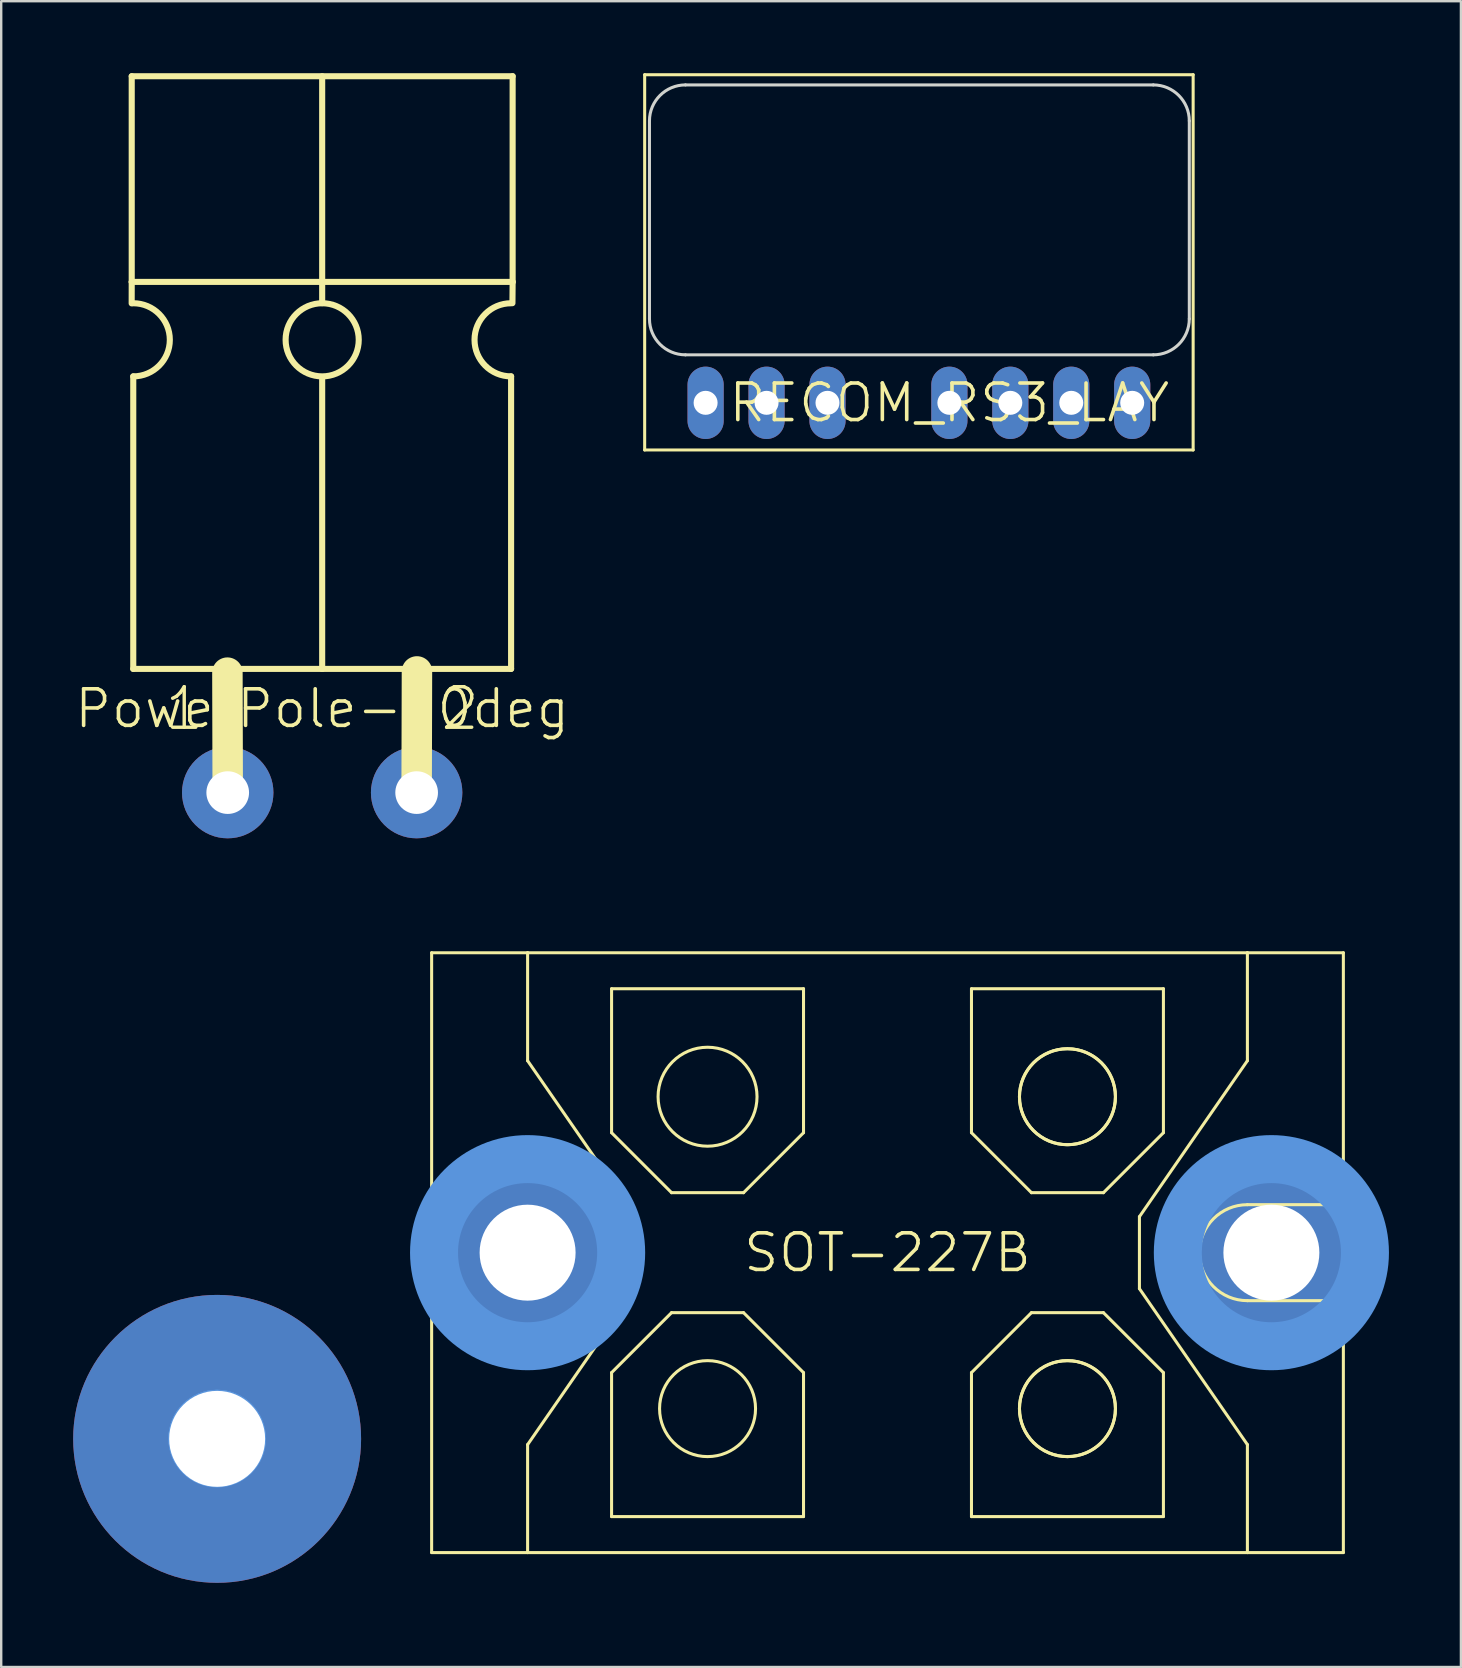
<source format=kicad_pcb>
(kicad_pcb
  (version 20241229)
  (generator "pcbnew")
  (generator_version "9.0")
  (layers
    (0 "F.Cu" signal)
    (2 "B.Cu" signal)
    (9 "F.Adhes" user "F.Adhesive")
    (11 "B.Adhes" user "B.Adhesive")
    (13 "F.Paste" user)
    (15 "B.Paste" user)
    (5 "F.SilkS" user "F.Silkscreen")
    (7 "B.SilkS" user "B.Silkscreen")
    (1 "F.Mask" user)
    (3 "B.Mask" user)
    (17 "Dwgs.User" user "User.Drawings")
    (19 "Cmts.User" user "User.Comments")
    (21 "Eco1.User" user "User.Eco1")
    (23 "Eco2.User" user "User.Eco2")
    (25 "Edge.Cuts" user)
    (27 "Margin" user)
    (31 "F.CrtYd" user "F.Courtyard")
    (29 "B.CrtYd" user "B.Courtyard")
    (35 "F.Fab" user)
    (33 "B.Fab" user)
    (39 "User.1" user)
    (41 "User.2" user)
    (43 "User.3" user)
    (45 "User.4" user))
  (footprint "RECOM_RS3_LAY"
    (layer "F.Cu")
    (at 36.519 13.739)
    (property "Reference" "RECOM_RS3_LAY" (at 0 0 0) (layer "F.SilkS") (effects (font (size 1.524 1.524) (thickness 0.15))))
    (attr through_hole)
    (fp_line (start -12.7 -13.675) (end -12.7 1.965) (stroke (width 0.127) (type solid)) (layer "F.SilkS"))
    (fp_line (start -12.7 1.965) (end 10.16 1.965) (stroke (width 0.127) (type solid)) (layer "F.SilkS"))
    (fp_line (start 10.16 -13.675) (end -12.7 -13.675) (stroke (width 0.127) (type solid)) (layer "F.SilkS"))
    (fp_line (start 10.16 1.965) (end 10.16 -13.675) (stroke (width 0.127) (type solid)) (layer "F.SilkS"))
    (fp_line (start -12.5 -3.5) (end -12.5 -11.75) (stroke (width 0.127) (type solid)) (layer "Edge.Cuts"))
    (fp_line (start -11 -13.25) (end 8.5 -13.25) (stroke (width 0.127) (type solid)) (layer "Edge.Cuts"))
    (fp_line (start 8.5 -2) (end -11 -2) (stroke (width 0.127) (type solid)) (layer "Edge.Cuts"))
    (fp_line (start 10 -11.75) (end 10 -3.5) (stroke (width 0.127) (type solid)) (layer "Edge.Cuts"))
    (fp_arc (start -12.5 -11.75) (mid -12.06066 -12.81066) (end -11 -13.25) (stroke (width 0.127) (type solid)) (layer "Edge.Cuts"))
    (fp_arc (start -11 -2) (mid -12.06066 -2.43934) (end -12.5 -3.5) (stroke (width 0.127) (type solid)) (layer "Edge.Cuts"))
    (fp_arc (start 8.5 -13.25) (mid 9.56066 -12.81066) (end 10 -11.75) (stroke (width 0.127) (type solid)) (layer "Edge.Cuts"))
    (fp_arc (start 10 -3.5) (mid 9.56066 -2.43934) (end 8.5 -2) (stroke (width 0.127) (type solid)) (layer "Edge.Cuts"))
    (pad "COM" thru_hole oval (at 5.08 0 90) (size 3.016 1.508) (drill 1) (layers "*.Cu" "*.Mask"))
    (pad "CTR" thru_hole oval (at -5.08 0 90) (size 3.016 1.508) (drill 1) (layers "*.Cu" "*.Mask"))
    (pad "GND" thru_hole oval (at -10.16 0 90) (size 3.016 1.508) (drill 1) (layers "*.Cu" "*.Mask"))
    (pad "NC" thru_hole oval (at 0 0 90) (size 3.016 1.508) (drill 1) (layers "*.Cu" "*.Mask"))
    (pad "VIN+" thru_hole oval (at -7.62 0 90) (size 3.016 1.508) (drill 1) (layers "*.Cu" "*.Mask"))
    (pad "VOUT" thru_hole oval (at 2.54 0 90) (size 3.016 1.508) (drill 1) (layers "*.Cu" "*.Mask"))
    (pad "VOUT" thru_hole oval (at 7.62 0 90) (size 3.016 1.508) (drill 1) (layers "*.Cu" "*.Mask")))
  (footprint "SOT-227B"
    (layer "F.Cu")
    (at 33.94 49.16)
    (property "Reference" "SOT-227B" (at 0 0 0) (layer "F.SilkS") (effects (font (size 1.524 1.524) (thickness 0.15))))
    (attr through_hole)
    (fp_circle (center -15 0) (end -11.625 0) (stroke (width 2.25) (type solid)) (fill no) (layer "F.Mask"))
    (fp_poly (pts (xy -20.77 14.27) (xy 20.77 14.27) (xy 20.77 -14.27) (xy -20.77 -14.27)) (stroke (width 0) (type solid)) (fill yes) (layer "F.Mask"))
    (fp_line (start -19 -12.5) (end -15 -12.5) (stroke (width 0.127) (type solid)) (layer "F.SilkS"))
    (fp_line (start -19 12.5) (end -19 -12.5) (stroke (width 0.127) (type solid)) (layer "F.SilkS"))
    (fp_line (start -15 -12.5) (end -15 -8) (stroke (width 0.127) (type solid)) (layer "F.SilkS"))
    (fp_line (start -15 -12.5) (end 15 -12.5) (stroke (width 0.127) (type solid)) (layer "F.SilkS"))
    (fp_line (start -15 -8) (end -10.5 -1.5) (stroke (width 0.127) (type solid)) (layer "F.SilkS"))
    (fp_line (start -15 8) (end -15 12.5) (stroke (width 0.127) (type solid)) (layer "F.SilkS"))
    (fp_line (start -15 12.5) (end -19 12.5) (stroke (width 0.127) (type solid)) (layer "F.SilkS"))
    (fp_line (start -11.5 -11) (end -11.5 -5) (stroke (width 0.127) (type solid)) (layer "F.SilkS"))
    (fp_line (start -11.5 -5) (end -9 -2.5) (stroke (width 0.127) (type solid)) (layer "F.SilkS"))
    (fp_line (start -11.5 5) (end -11.5 11) (stroke (width 0.127) (type solid)) (layer "F.SilkS"))
    (fp_line (start -11.5 11) (end -3.5 11) (stroke (width 0.127) (type solid)) (layer "F.SilkS"))
    (fp_line (start -10.5 -1.5) (end -10.5 1.5) (stroke (width 0.127) (type solid)) (layer "F.SilkS"))
    (fp_line (start -10.5 1.5) (end -15 8) (stroke (width 0.127) (type solid)) (layer "F.SilkS"))
    (fp_line (start -9 -2.5) (end -6 -2.5) (stroke (width 0.127) (type solid)) (layer "F.SilkS"))
    (fp_line (start -9 2.5) (end -11.5 5) (stroke (width 0.127) (type solid)) (layer "F.SilkS"))
    (fp_line (start -6 -2.5) (end -3.5 -5) (stroke (width 0.127) (type solid)) (layer "F.SilkS"))
    (fp_line (start -6 2.5) (end -9 2.5) (stroke (width 0.127) (type solid)) (layer "F.SilkS"))
    (fp_line (start -3.5 -11) (end -11.5 -11) (stroke (width 0.127) (type solid)) (layer "F.SilkS"))
    (fp_line (start -3.5 -5) (end -3.5 -11) (stroke (width 0.127) (type solid)) (layer "F.SilkS"))
    (fp_line (start -3.5 5) (end -6 2.5) (stroke (width 0.127) (type solid)) (layer "F.SilkS"))
    (fp_line (start -3.5 11) (end -3.5 5) (stroke (width 0.127) (type solid)) (layer "F.SilkS"))
    (fp_line (start 3.5 -11) (end 3.5 -5) (stroke (width 0.127) (type solid)) (layer "F.SilkS"))
    (fp_line (start 3.5 -5) (end 6 -2.5) (stroke (width 0.127) (type solid)) (layer "F.SilkS"))
    (fp_line (start 3.5 5) (end 3.5 11) (stroke (width 0.127) (type solid)) (layer "F.SilkS"))
    (fp_line (start 3.5 11) (end 11.5 11) (stroke (width 0.127) (type solid)) (layer "F.SilkS"))
    (fp_line (start 6 -2.5) (end 9 -2.5) (stroke (width 0.127) (type solid)) (layer "F.SilkS"))
    (fp_line (start 6 2.5) (end 3.5 5) (stroke (width 0.127) (type solid)) (layer "F.SilkS"))
    (fp_line (start 9 -2.5) (end 11.5 -5) (stroke (width 0.127) (type solid)) (layer "F.SilkS"))
    (fp_line (start 9 2.5) (end 6 2.5) (stroke (width 0.127) (type solid)) (layer "F.SilkS"))
    (fp_line (start 10.5 -1.5) (end 15 -8) (stroke (width 0.127) (type solid)) (layer "F.SilkS"))
    (fp_line (start 10.5 1.5) (end 10.5 -1.5) (stroke (width 0.127) (type solid)) (layer "F.SilkS"))
    (fp_line (start 11.5 -11) (end 3.5 -11) (stroke (width 0.127) (type solid)) (layer "F.SilkS"))
    (fp_line (start 11.5 -5) (end 11.5 -11) (stroke (width 0.127) (type solid)) (layer "F.SilkS"))
    (fp_line (start 11.5 5) (end 9 2.5) (stroke (width 0.127) (type solid)) (layer "F.SilkS"))
    (fp_line (start 11.5 11) (end 11.5 5) (stroke (width 0.127) (type solid)) (layer "F.SilkS"))
    (fp_line (start 15 -12.5) (end 19 -12.5) (stroke (width 0.127) (type solid)) (layer "F.SilkS"))
    (fp_line (start 15 -8) (end 15 -12.5) (stroke (width 0.127) (type solid)) (layer "F.SilkS"))
    (fp_line (start 15 -2) (end 19 -2) (stroke (width 0.127) (type solid)) (layer "F.SilkS"))
    (fp_line (start 15 2) (end 19 2) (stroke (width 0.127) (type solid)) (layer "F.SilkS"))
    (fp_line (start 15 8) (end 10.5 1.5) (stroke (width 0.127) (type solid)) (layer "F.SilkS"))
    (fp_line (start 15 12.5) (end -15 12.5) (stroke (width 0.127) (type solid)) (layer "F.SilkS"))
    (fp_line (start 15 12.5) (end 15 8) (stroke (width 0.127) (type solid)) (layer "F.SilkS"))
    (fp_line (start 19 -12.5) (end 19 -2) (stroke (width 0.127) (type solid)) (layer "F.SilkS"))
    (fp_line (start 19 2) (end 19 12.5) (stroke (width 0.127) (type solid)) (layer "F.SilkS"))
    (fp_line (start 19 12.5) (end 15 12.5) (stroke (width 0.127) (type solid)) (layer "F.SilkS"))
    (fp_arc (start 15 2) (mid 13 0) (end 15 -2) (stroke (width 0.127) (type solid)) (layer "F.SilkS"))
    (fp_circle (center -7.5 -6.5) (end -5.438 -6.5) (stroke (width 0.127) (type solid)) (fill no) (layer "F.SilkS"))
    (fp_circle (center -7.5 6.5) (end -5.5 6.5) (stroke (width 0.127) (type solid)) (fill no) (layer "F.SilkS"))
    (fp_circle (center 7.5 -6.5) (end 9.5 -6.5) (stroke (width 0.127) (type solid)) (fill no) (layer "F.SilkS"))
    (fp_circle (center 7.5 -6.5) (end 9.5 -6.5) (stroke (width 0.127) (type solid)) (fill no) (layer "F.SilkS"))
    (fp_circle (center 7.5 6.5) (end 9.5 6.5) (stroke (width 0.127) (type solid)) (fill no) (layer "F.SilkS"))
    (fp_circle (center 7.5 6.5) (end 9.5 6.5) (stroke (width 0.127) (type solid)) (fill no) (layer "F.SilkS"))
    (fp_circle (center -27.94 7.747) (end -26.924 7.747) (stroke (width 2.032) (type solid)) (fill no) (layer "Cmts.User"))
    (fp_circle (center -27.94 7.747) (end -26.924 7.747) (stroke (width 2.032) (type solid)) (fill no) (layer "Cmts.User"))
    (fp_circle (center -27.94 7.747) (end -26.924 7.747) (stroke (width 2.032) (type solid)) (fill no) (layer "Cmts.User"))
    (fp_circle (center -15 0) (end -11.1 0) (stroke (width 2) (type solid)) (fill no) (layer "Cmts.User"))
    (fp_circle (center 16 0) (end 19.9 0) (stroke (width 2) (type solid)) (fill no) (layer "Cmts.User"))
    (pad "GND" thru_hole circle (at -27.94 7.76) (size 12 12) (drill 4) (layers "*.Cu" "*.Mask"))
    (pad "V+" thru_hole circle (at -15 0) (size 6 6) (drill 4) (layers "*.Cu" "*.Mask"))
    (pad "V+1" thru_hole circle (at 16 0) (size 6 6) (drill 4) (layers "*.Cu" "*.Mask")))
  (footprint "PowerPole-90deg"
    (layer "F.Cu")
    (at 10.378 29.985)
    (property "Reference" "PowerPole-90deg" (at 0 -3.5 0) (layer "F.SilkS") (effects (font (size 1.524 1.524) (thickness 0.15))))
    (attr through_hole)
    (fp_line (start -7.94 -20.39) (end -7.938 -21.285) (stroke (width 0.254) (type solid)) (layer "F.SilkS"))
    (fp_line (start -7.938 -29.858) (end 7.938 -29.858) (stroke (width 0.254) (type solid)) (layer "F.SilkS"))
    (fp_line (start -7.938 -21.285) (end -7.938 -29.858) (stroke (width 0.254) (type solid)) (layer "F.SilkS"))
    (fp_line (start -7.938 -21.285) (end 7.938 -21.285) (stroke (width 0.254) (type solid)) (layer "F.SilkS"))
    (fp_line (start -7.874 -17.348) (end -7.874 -5.156) (stroke (width 0.254) (type solid)) (layer "F.SilkS"))
    (fp_line (start -7.874 -5.156) (end -3.937 -5.156) (stroke (width 0.254) (type solid)) (layer "F.SilkS"))
    (fp_line (start -3.937 -5.156) (end 0 -5.156) (stroke (width 0.254) (type solid)) (layer "F.SilkS"))
    (fp_line (start -3.937 0) (end -3.95 -5) (stroke (width 1.27) (type solid)) (layer "F.SilkS"))
    (fp_line (start 0 -20.4) (end 0 -29.858) (stroke (width 0.254) (type solid)) (layer "F.SilkS"))
    (fp_line (start 0 -17.285) (end 0 -5.156) (stroke (width 0.254) (type solid)) (layer "F.SilkS"))
    (fp_line (start 0 -5.156) (end 3.937 -5.156) (stroke (width 0.254) (type solid)) (layer "F.SilkS"))
    (fp_line (start 3.937 -5.156) (end 7.874 -5.156) (stroke (width 0.254) (type solid)) (layer "F.SilkS"))
    (fp_line (start 3.937 0) (end 3.95 -5.05) (stroke (width 1.27) (type solid)) (layer "F.SilkS"))
    (fp_line (start 7.874 -5.156) (end 7.874 -17.348) (stroke (width 0.254) (type solid)) (layer "F.SilkS"))
    (fp_line (start 7.938 -29.858) (end 7.938 -21.285) (stroke (width 0.254) (type solid)) (layer "F.SilkS"))
    (fp_line (start 7.938 -21.285) (end 7.93 -20.4) (stroke (width 0.254) (type solid)) (layer "F.SilkS"))
    (fp_arc (start -7.874 -20.396) (mid -6.35 -18.872) (end -7.874 -17.348) (stroke (width 0.254) (type solid)) (layer "F.SilkS"))
    (fp_arc (start 7.874 -17.348) (mid 6.35 -18.872) (end 7.874 -20.396) (stroke (width 0.254) (type solid)) (layer "F.SilkS"))
    (fp_circle (center 0 -18.872) (end 1.524 -18.872) (stroke (width 0.254) (type solid)) (fill no) (layer "F.SilkS"))
    (fp_text user "1" (at -5.75 -3.5 0) (layer "F.SilkS") (effects (font (size 1.689 1.689) (thickness 0.142))))
    (fp_text user "2" (at 5.75 -3.5 0) (layer "F.SilkS") (effects (font (size 1.689 1.689) (thickness 0.142))))
    (pad "1" thru_hole circle (at -3.937 0) (size 3.81 3.81) (drill 1.778) (layers "*.Cu" "*.Mask"))
    (pad "2" thru_hole circle (at 3.937 0) (size 3.81 3.81) (drill 1.778) (layers "*.Cu" "*.Mask")))
  (gr_rect
    (start -3 -3)
    (end 57.84 66.43)
    (stroke (width 0.1) (type default))
    (fill no)
    (layer "Edge.Cuts")))
</source>
